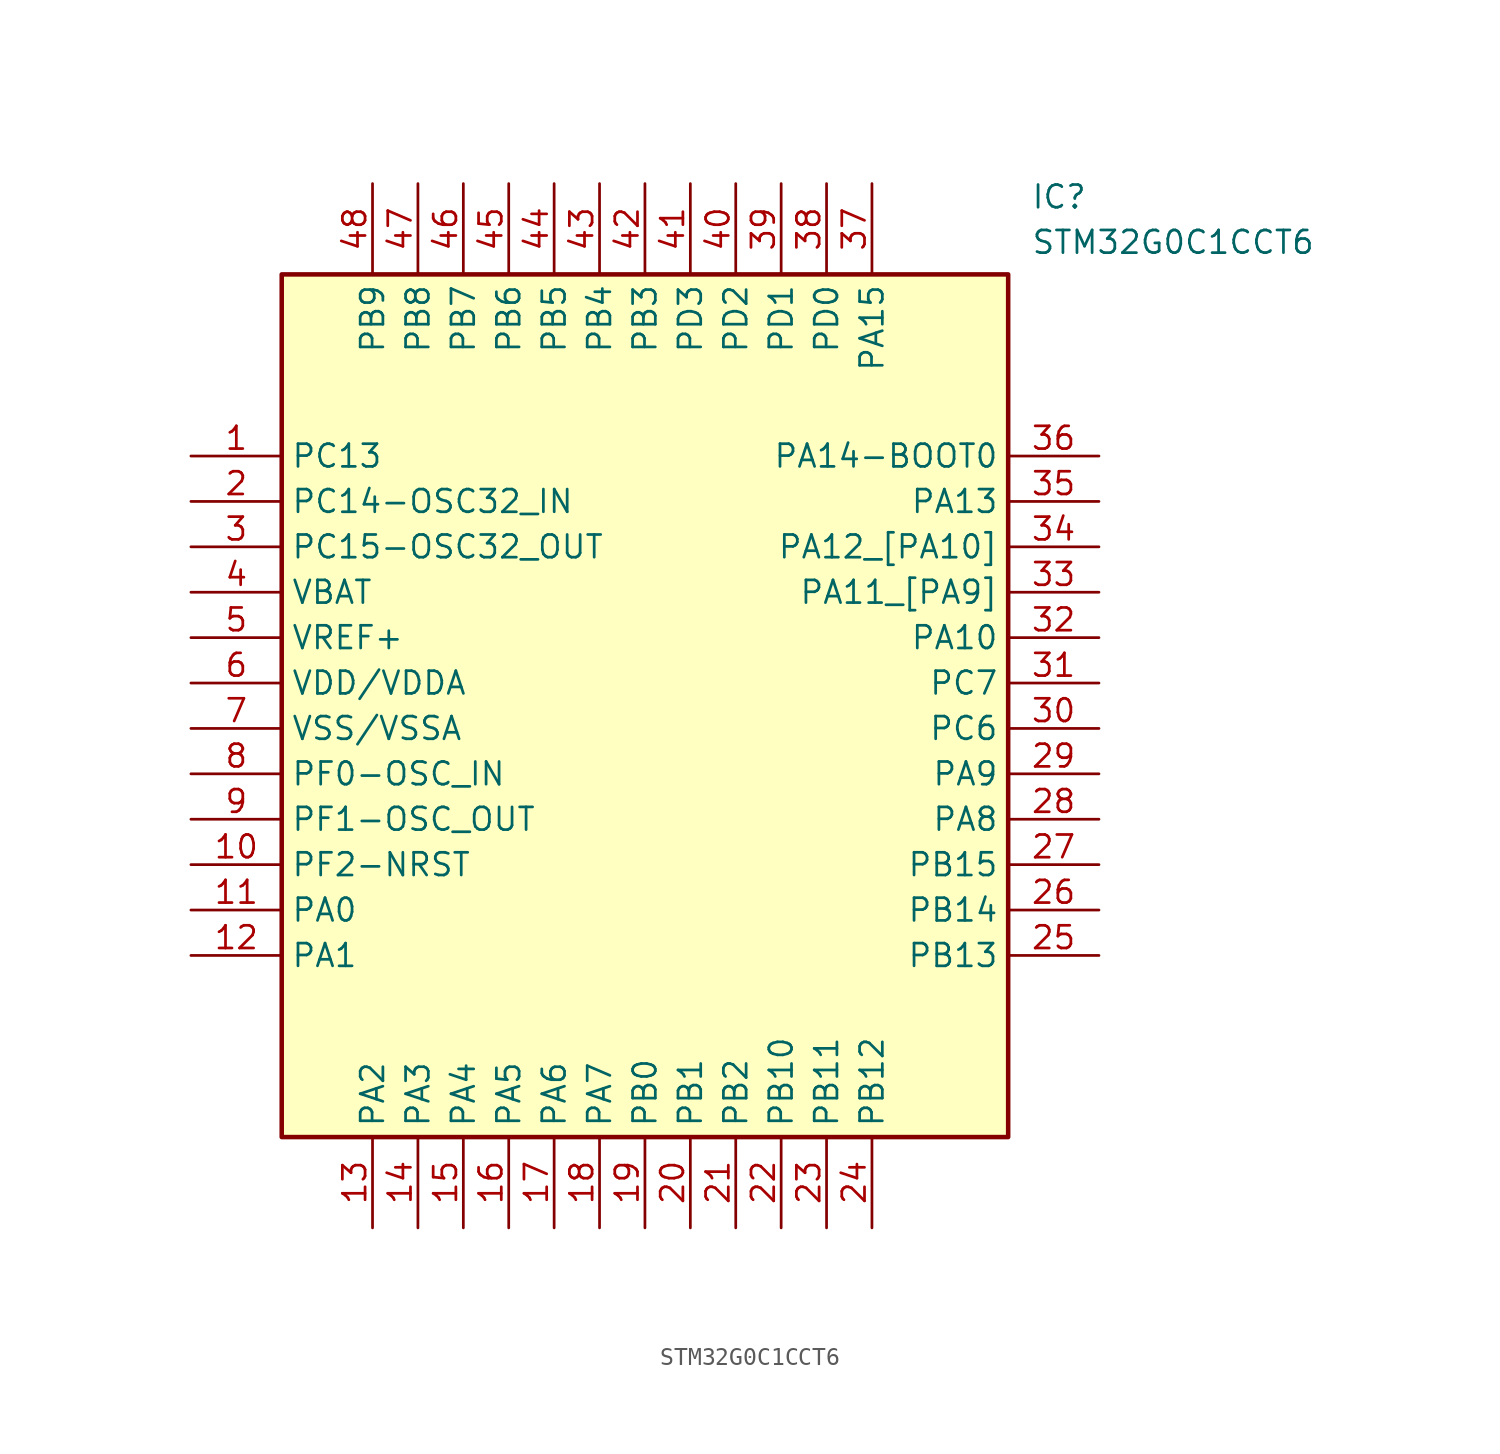
<source format=kicad_sym>
(kicad_symbol_lib
  (version 20211014)
  (generator SamacSys_ECAD_Model)
  (symbol "STM32G0C1CCT6"
    (property "Reference" "IC"
      (at 46.99 15.24 0)
      (effects (font (size 1.27 1.27)) (justify left top)))
    (property "Value" "STM32G0C1CCT6"
      (at 46.99 12.7 0)
      (effects (font (size 1.27 1.27)) (justify left top)))
    (rectangle
      (start 5.08 10.16)
      (end 45.72 -38.1)
      (stroke (width 0.254) (type default))
      (fill (type background)))
    (pin passive line
      (at 0 0 0)
      (length 5.08)
      (name "PC13" (effects (font (size 1.27 1.27))))
      (number "1" (effects (font (size 1.27 1.27)))))
    (pin passive line
      (at 0 -2.54 0)
      (length 5.08)
      (name "PC14-OSC32_IN" (effects (font (size 1.27 1.27))))
      (number "2" (effects (font (size 1.27 1.27)))))
    (pin passive line
      (at 0 -5.08 0)
      (length 5.08)
      (name "PC15-OSC32_OUT" (effects (font (size 1.27 1.27))))
      (number "3" (effects (font (size 1.27 1.27)))))
    (pin passive line
      (at 0 -7.62 0)
      (length 5.08)
      (name "VBAT" (effects (font (size 1.27 1.27))))
      (number "4" (effects (font (size 1.27 1.27)))))
    (pin passive line
      (at 0 -10.16 0)
      (length 5.08)
      (name "VREF+" (effects (font (size 1.27 1.27))))
      (number "5" (effects (font (size 1.27 1.27)))))
    (pin passive line
      (at 0 -12.7 0)
      (length 5.08)
      (name "VDD/VDDA" (effects (font (size 1.27 1.27))))
      (number "6" (effects (font (size 1.27 1.27)))))
    (pin passive line
      (at 0 -15.24 0)
      (length 5.08)
      (name "VSS/VSSA" (effects (font (size 1.27 1.27))))
      (number "7" (effects (font (size 1.27 1.27)))))
    (pin passive line
      (at 0 -17.78 0)
      (length 5.08)
      (name "PF0-OSC_IN" (effects (font (size 1.27 1.27))))
      (number "8" (effects (font (size 1.27 1.27)))))
    (pin passive line
      (at 0 -20.32 0)
      (length 5.08)
      (name "PF1-OSC_OUT" (effects (font (size 1.27 1.27))))
      (number "9" (effects (font (size 1.27 1.27)))))
    (pin passive line
      (at 0 -22.86 0)
      (length 5.08)
      (name "PF2-NRST" (effects (font (size 1.27 1.27))))
      (number "10" (effects (font (size 1.27 1.27)))))
    (pin passive line
      (at 0 -25.4 0)
      (length 5.08)
      (name "PA0" (effects (font (size 1.27 1.27))))
      (number "11" (effects (font (size 1.27 1.27)))))
    (pin passive line
      (at 0 -27.94 0)
      (length 5.08)
      (name "PA1" (effects (font (size 1.27 1.27))))
      (number "12" (effects (font (size 1.27 1.27)))))
    (pin passive line
      (at 10.16 -43.18 90)
      (length 5.08)
      (name "PA2" (effects (font (size 1.27 1.27))))
      (number "13" (effects (font (size 1.27 1.27)))))
    (pin passive line
      (at 12.7 -43.18 90)
      (length 5.08)
      (name "PA3" (effects (font (size 1.27 1.27))))
      (number "14" (effects (font (size 1.27 1.27)))))
    (pin passive line
      (at 15.24 -43.18 90)
      (length 5.08)
      (name "PA4" (effects (font (size 1.27 1.27))))
      (number "15" (effects (font (size 1.27 1.27)))))
    (pin passive line
      (at 17.78 -43.18 90)
      (length 5.08)
      (name "PA5" (effects (font (size 1.27 1.27))))
      (number "16" (effects (font (size 1.27 1.27)))))
    (pin passive line
      (at 20.32 -43.18 90)
      (length 5.08)
      (name "PA6" (effects (font (size 1.27 1.27))))
      (number "17" (effects (font (size 1.27 1.27)))))
    (pin passive line
      (at 22.86 -43.18 90)
      (length 5.08)
      (name "PA7" (effects (font (size 1.27 1.27))))
      (number "18" (effects (font (size 1.27 1.27)))))
    (pin passive line
      (at 25.4 -43.18 90)
      (length 5.08)
      (name "PB0" (effects (font (size 1.27 1.27))))
      (number "19" (effects (font (size 1.27 1.27)))))
    (pin passive line
      (at 27.94 -43.18 90)
      (length 5.08)
      (name "PB1" (effects (font (size 1.27 1.27))))
      (number "20" (effects (font (size 1.27 1.27)))))
    (pin passive line
      (at 30.48 -43.18 90)
      (length 5.08)
      (name "PB2" (effects (font (size 1.27 1.27))))
      (number "21" (effects (font (size 1.27 1.27)))))
    (pin passive line
      (at 33.02 -43.18 90)
      (length 5.08)
      (name "PB10" (effects (font (size 1.27 1.27))))
      (number "22" (effects (font (size 1.27 1.27)))))
    (pin passive line
      (at 35.56 -43.18 90)
      (length 5.08)
      (name "PB11" (effects (font (size 1.27 1.27))))
      (number "23" (effects (font (size 1.27 1.27)))))
    (pin passive line
      (at 38.1 -43.18 90)
      (length 5.08)
      (name "PB12" (effects (font (size 1.27 1.27))))
      (number "24" (effects (font (size 1.27 1.27)))))
    (pin passive line
      (at 50.8 0 180)
      (length 5.08)
      (name "PA14-BOOT0" (effects (font (size 1.27 1.27))))
      (number "36" (effects (font (size 1.27 1.27)))))
    (pin passive line
      (at 50.8 -2.54 180)
      (length 5.08)
      (name "PA13" (effects (font (size 1.27 1.27))))
      (number "35" (effects (font (size 1.27 1.27)))))
    (pin passive line
      (at 50.8 -5.08 180)
      (length 5.08)
      (name "PA12_[PA10]" (effects (font (size 1.27 1.27))))
      (number "34" (effects (font (size 1.27 1.27)))))
    (pin passive line
      (at 50.8 -7.62 180)
      (length 5.08)
      (name "PA11_[PA9]" (effects (font (size 1.27 1.27))))
      (number "33" (effects (font (size 1.27 1.27)))))
    (pin passive line
      (at 50.8 -10.16 180)
      (length 5.08)
      (name "PA10" (effects (font (size 1.27 1.27))))
      (number "32" (effects (font (size 1.27 1.27)))))
    (pin passive line
      (at 50.8 -12.7 180)
      (length 5.08)
      (name "PC7" (effects (font (size 1.27 1.27))))
      (number "31" (effects (font (size 1.27 1.27)))))
    (pin passive line
      (at 50.8 -15.24 180)
      (length 5.08)
      (name "PC6" (effects (font (size 1.27 1.27))))
      (number "30" (effects (font (size 1.27 1.27)))))
    (pin passive line
      (at 50.8 -17.78 180)
      (length 5.08)
      (name "PA9" (effects (font (size 1.27 1.27))))
      (number "29" (effects (font (size 1.27 1.27)))))
    (pin passive line
      (at 50.8 -20.32 180)
      (length 5.08)
      (name "PA8" (effects (font (size 1.27 1.27))))
      (number "28" (effects (font (size 1.27 1.27)))))
    (pin passive line
      (at 50.8 -22.86 180)
      (length 5.08)
      (name "PB15" (effects (font (size 1.27 1.27))))
      (number "27" (effects (font (size 1.27 1.27)))))
    (pin passive line
      (at 50.8 -25.4 180)
      (length 5.08)
      (name "PB14" (effects (font (size 1.27 1.27))))
      (number "26" (effects (font (size 1.27 1.27)))))
    (pin passive line
      (at 50.8 -27.94 180)
      (length 5.08)
      (name "PB13" (effects (font (size 1.27 1.27))))
      (number "25" (effects (font (size 1.27 1.27)))))
    (pin passive line
      (at 10.16 15.24 270)
      (length 5.08)
      (name "PB9" (effects (font (size 1.27 1.27))))
      (number "48" (effects (font (size 1.27 1.27)))))
    (pin passive line
      (at 12.7 15.24 270)
      (length 5.08)
      (name "PB8" (effects (font (size 1.27 1.27))))
      (number "47" (effects (font (size 1.27 1.27)))))
    (pin passive line
      (at 15.24 15.24 270)
      (length 5.08)
      (name "PB7" (effects (font (size 1.27 1.27))))
      (number "46" (effects (font (size 1.27 1.27)))))
    (pin passive line
      (at 17.78 15.24 270)
      (length 5.08)
      (name "PB6" (effects (font (size 1.27 1.27))))
      (number "45" (effects (font (size 1.27 1.27)))))
    (pin passive line
      (at 20.32 15.24 270)
      (length 5.08)
      (name "PB5" (effects (font (size 1.27 1.27))))
      (number "44" (effects (font (size 1.27 1.27)))))
    (pin passive line
      (at 22.86 15.24 270)
      (length 5.08)
      (name "PB4" (effects (font (size 1.27 1.27))))
      (number "43" (effects (font (size 1.27 1.27)))))
    (pin passive line
      (at 25.4 15.24 270)
      (length 5.08)
      (name "PB3" (effects (font (size 1.27 1.27))))
      (number "42" (effects (font (size 1.27 1.27)))))
    (pin passive line
      (at 27.94 15.24 270)
      (length 5.08)
      (name "PD3" (effects (font (size 1.27 1.27))))
      (number "41" (effects (font (size 1.27 1.27)))))
    (pin passive line
      (at 30.48 15.24 270)
      (length 5.08)
      (name "PD2" (effects (font (size 1.27 1.27))))
      (number "40" (effects (font (size 1.27 1.27)))))
    (pin passive line
      (at 33.02 15.24 270)
      (length 5.08)
      (name "PD1" (effects (font (size 1.27 1.27))))
      (number "39" (effects (font (size 1.27 1.27)))))
    (pin passive line
      (at 35.56 15.24 270)
      (length 5.08)
      (name "PD0" (effects (font (size 1.27 1.27))))
      (number "38" (effects (font (size 1.27 1.27)))))
    (pin passive line
      (at 38.1 15.24 270)
      (length 5.08)
      (name "PA15" (effects (font (size 1.27 1.27))))
      (number "37" (effects (font (size 1.27 1.27)))))))
</source>
